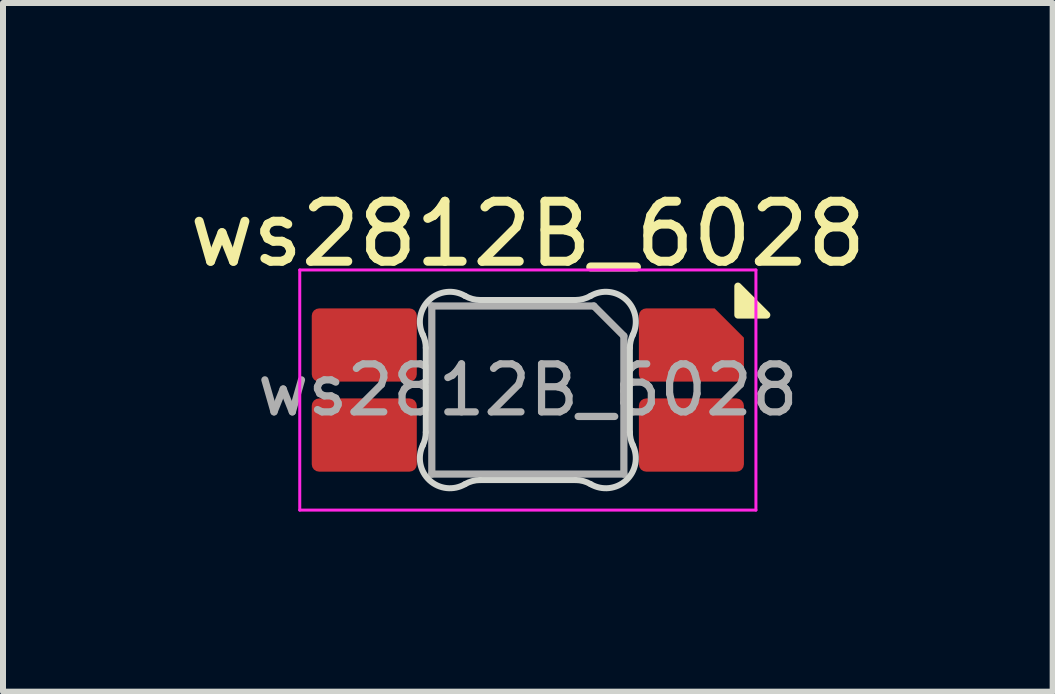
<source format=kicad_pcb>
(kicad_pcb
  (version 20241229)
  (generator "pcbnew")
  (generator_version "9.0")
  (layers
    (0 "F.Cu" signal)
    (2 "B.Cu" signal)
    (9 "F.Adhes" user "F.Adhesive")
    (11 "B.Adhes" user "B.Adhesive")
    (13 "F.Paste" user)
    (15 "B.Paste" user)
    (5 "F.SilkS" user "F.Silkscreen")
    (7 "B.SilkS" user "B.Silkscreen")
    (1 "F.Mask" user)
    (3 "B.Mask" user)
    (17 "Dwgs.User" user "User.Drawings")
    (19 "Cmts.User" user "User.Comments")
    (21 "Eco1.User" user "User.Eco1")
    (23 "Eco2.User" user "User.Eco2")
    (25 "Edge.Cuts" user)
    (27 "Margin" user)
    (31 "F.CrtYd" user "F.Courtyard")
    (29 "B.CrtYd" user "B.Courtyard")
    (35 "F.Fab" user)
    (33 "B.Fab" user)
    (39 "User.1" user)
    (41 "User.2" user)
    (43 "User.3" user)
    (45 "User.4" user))
  (footprint "ws2812B_6028"
    (layer "F.Cu")
    (at 5.744 3.448)
    (property "Reference" "ws2812B_6028" (at 0 -2.6 180) (layer "F.SilkS") (effects (font (size 1 1) (thickness 0.15))))
    (attr smd)
    (fp_poly (pts (xy 3.5 -1.25) (xy 3.5 -1.73) (xy 3.98 -1.25) (xy 3.5 -1.25)) (stroke (width 0.12) (type solid)) (fill yes) (layer "F.SilkS"))
    (fp_line (start -1.7 -0.703) (end -1.7 0.703) (stroke (width 0.1) (type solid)) (layer "Edge.Cuts"))
    (fp_line (start -0.794 1.5) (end 0.794 1.5) (stroke (width 0.1) (type solid)) (layer "Edge.Cuts"))
    (fp_line (start 0.794 -1.5) (end -0.794 -1.5) (stroke (width 0.1) (type solid)) (layer "Edge.Cuts"))
    (fp_line (start 1.7 0.703) (end 1.7 -0.703) (stroke (width 0.1) (type solid)) (layer "Edge.Cuts"))
    (fp_arc (start -1.749484 -0.919719) (mid -1.712527 -0.814067) (end -1.699999 -0.702842) (stroke (width 0.1) (type solid)) (layer "Edge.Cuts"))
    (fp_arc (start -1.749484 -0.919719) (mid -1.63807 -1.504033) (end -1.046711 -1.568296) (stroke (width 0.1) (type solid)) (layer "Edge.Cuts"))
    (fp_arc (start -1.699999 0.702843) (mid -1.712527 0.814069) (end -1.749484 0.919721) (stroke (width 0.1) (type solid)) (layer "Edge.Cuts"))
    (fp_arc (start -1.046711 1.5683) (mid -1.638071 1.504036) (end -1.749484 0.919721) (stroke (width 0.1) (type solid)) (layer "Edge.Cuts"))
    (fp_arc (start -1.046711 1.5683) (mid -0.925123 1.517378) (end -0.794453 1.500001) (stroke (width 0.1) (type solid)) (layer "Edge.Cuts"))
    (fp_arc (start -0.794452 -1.499999) (mid -0.925122 -1.517376) (end -1.04671 -1.568298) (stroke (width 0.1) (type solid)) (layer "Edge.Cuts"))
    (fp_arc (start 0.794453 1.5) (mid 0.925123 1.517377) (end 1.046711 1.568299) (stroke (width 0.1) (type solid)) (layer "Edge.Cuts"))
    (fp_arc (start 1.046711 -1.568298) (mid 0.925123 -1.517376) (end 0.794452 -1.499999) (stroke (width 0.1) (type solid)) (layer "Edge.Cuts"))
    (fp_arc (start 1.046711 -1.568298) (mid 1.638072 -1.504034) (end 1.749484 -0.919718) (stroke (width 0.1) (type solid)) (layer "Edge.Cuts"))
    (fp_arc (start 1.699999 -0.702841) (mid 1.712527 -0.814067) (end 1.749484 -0.919719) (stroke (width 0.1) (type solid)) (layer "Edge.Cuts"))
    (fp_arc (start 1.749484 0.919721) (mid 1.638071 1.504035) (end 1.046711 1.568299) (stroke (width 0.1) (type solid)) (layer "Edge.Cuts"))
    (fp_arc (start 1.749484 0.919721) (mid 1.712527 0.814069) (end 1.699999 0.702844) (stroke (width 0.1) (type solid)) (layer "Edge.Cuts"))
    (fp_line (start -3.8 -2) (end 3.8 -2) (stroke (width 0.05) (type solid)) (layer "F.CrtYd"))
    (fp_line (start -3.8 2) (end -3.8 -2) (stroke (width 0.05) (type solid)) (layer "F.CrtYd"))
    (fp_line (start 3.8 -2) (end 3.8 2) (stroke (width 0.05) (type solid)) (layer "F.CrtYd"))
    (fp_line (start 3.8 2) (end -3.8 2) (stroke (width 0.05) (type solid)) (layer "F.CrtYd"))
    (fp_line (start -1.6 -1.4) (end 1.1 -1.4) (stroke (width 0.12) (type solid)) (layer "F.Fab"))
    (fp_line (start -1.6 1.4) (end -1.6 -1.4) (stroke (width 0.12) (type solid)) (layer "F.Fab"))
    (fp_line (start 1.6 -0.9) (end 1.1 -1.4) (stroke (width 0.12) (type solid)) (layer "F.Fab"))
    (fp_line (start 1.6 -0.9) (end 1.6 1.4) (stroke (width 0.12) (type solid)) (layer "F.Fab"))
    (fp_line (start 1.6 1.4) (end -1.6 1.4) (stroke (width 0.12) (type solid)) (layer "F.Fab"))
    (fp_text user "${REFERENCE}" (at 0 0 0) (layer "F.Fab") (effects (font (size 0.8 0.8) (thickness 0.12))))
    (pad "1" smd roundrect (at -2.725 0.75 270) (size 1.22 1.75) (layers "F.Cu" "F.Mask" "F.Paste") (roundrect_rratio 0.1))
    (pad "2" smd roundrect (at -2.725 -0.75 270) (size 1.22 1.75) (layers "F.Cu" "F.Mask" "F.Paste") (roundrect_rratio 0.1))
    (pad "3" smd roundrect (at 2.725 -0.75 270) (size 1.22 1.75) (layers "F.Cu" "F.Mask" "F.Paste") (roundrect_rratio 0.1) (chamfer_ratio 0.4) (chamfer top_left))
    (pad "4" smd roundrect (at 2.725 0.75 270) (size 1.22 1.75) (layers "F.Cu" "F.Mask" "F.Paste") (roundrect_rratio 0.1)))
  (gr_rect
    (start -3 -3)
    (end 14.488 8.473)
    (stroke (width 0.1) (type default))
    (fill no)
    (layer "Edge.Cuts")))
</source>
